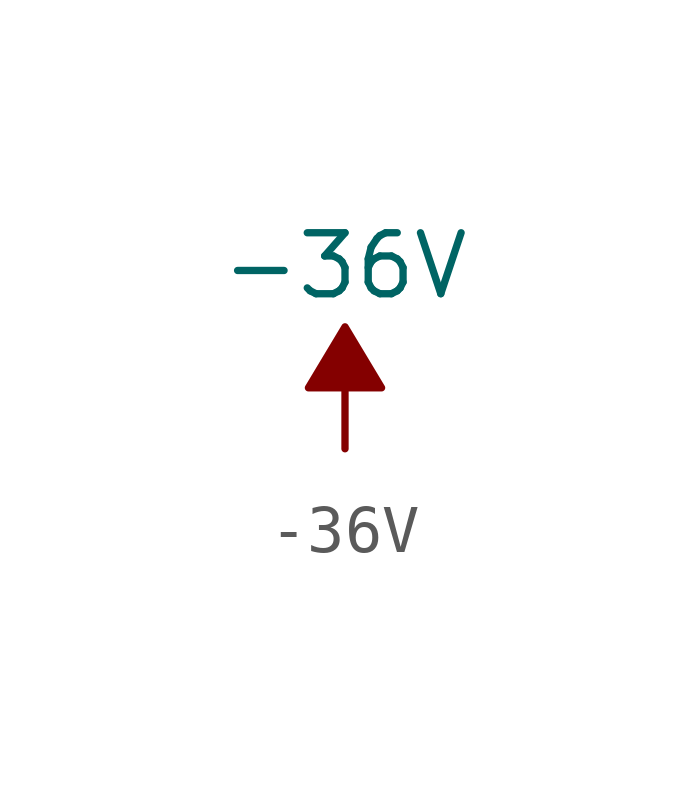
<source format=kicad_sym>
(kicad_symbol_lib
  (version 20201005)
  (generator kicad_symbol_editor)
  (symbol "-36V"
    (power)
    (pin_names
      (offset 0))
    (property "Reference" "#PWR"
      (at 0 2.54 0)
      (effects (font (size 1.27 1.27)) hide))
    (property "Value" "-36V"
      (at 0 3.81 0)
      (effects (font (size 1.27 1.27))))
    (symbol "-36V_0_0"
      (pin power_in line (at 0 0 90) (length 0) hide (name "-36V" (effects (font (size 1.27 1.27)))) (number "1" (effects (font (size 1.27 1.27))))))
    (symbol "-36V_0_1"
      (polyline (pts (xy 0 0) (xy 0 1.27) (xy 0.762 1.27) (xy 0 2.54) (xy -0.762 1.27) (xy 0 1.27)) (stroke (width 0)) (fill (type outline))))))
</source>
